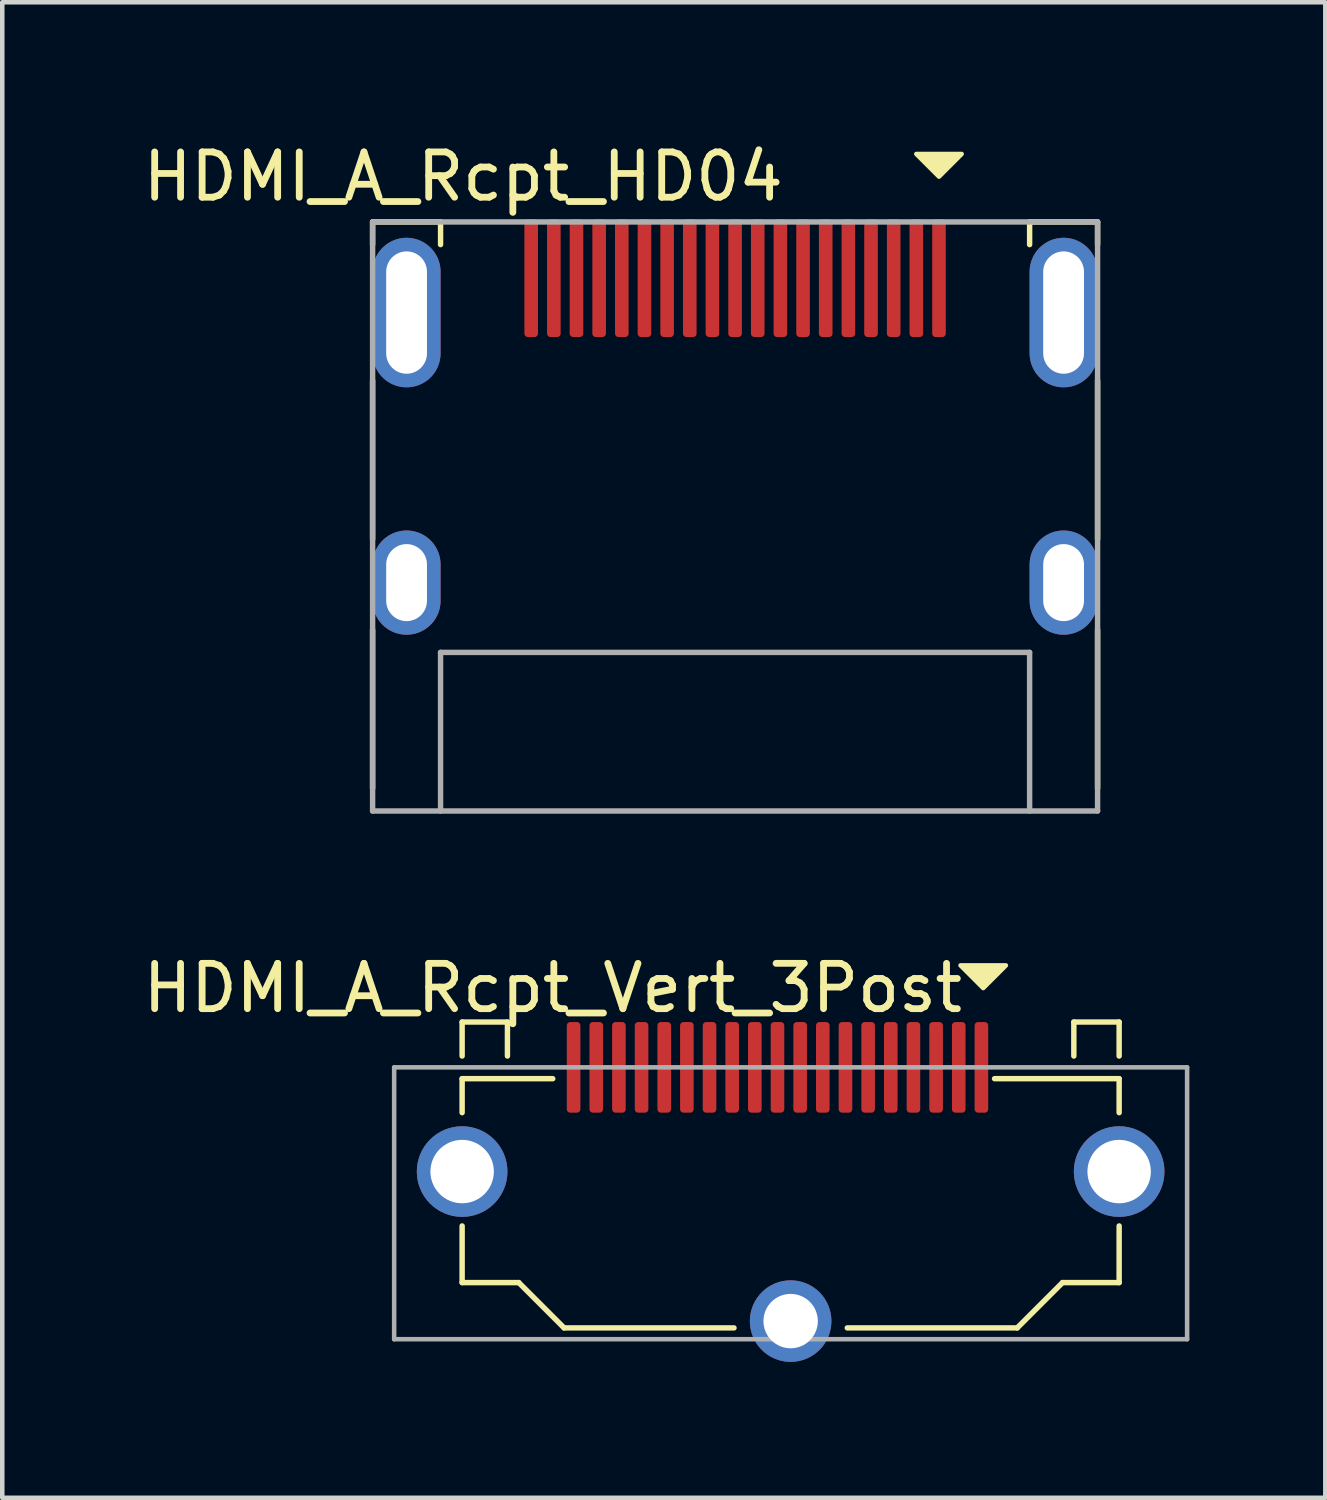
<source format=kicad_pcb>
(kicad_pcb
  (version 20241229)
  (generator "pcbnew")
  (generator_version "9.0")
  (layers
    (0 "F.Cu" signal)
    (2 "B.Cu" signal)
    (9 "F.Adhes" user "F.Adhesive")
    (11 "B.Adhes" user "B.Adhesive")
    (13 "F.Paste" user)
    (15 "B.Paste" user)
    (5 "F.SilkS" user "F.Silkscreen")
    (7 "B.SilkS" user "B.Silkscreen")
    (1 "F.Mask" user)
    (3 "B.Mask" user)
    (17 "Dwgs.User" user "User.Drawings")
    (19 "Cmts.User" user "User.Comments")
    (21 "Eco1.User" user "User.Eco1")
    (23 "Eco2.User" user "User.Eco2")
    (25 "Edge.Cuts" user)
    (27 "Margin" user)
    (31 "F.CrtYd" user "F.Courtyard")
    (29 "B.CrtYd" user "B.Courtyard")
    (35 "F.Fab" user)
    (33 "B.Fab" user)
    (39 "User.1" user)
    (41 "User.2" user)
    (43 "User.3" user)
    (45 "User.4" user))
  (footprint "HDMI_A_Rcpt_Vert_3Post"
    (layer "F.Cu")
    (at 14.399 20.506)
    (property "Reference" "HDMI_A_Rcpt_Vert_3Post" (at -5.25 -1.75 0) (layer "F.SilkS") (effects (font (size 1 1) (thickness 0.15))))
    (attr through_hole)
    (fp_line (start -7.25 -1) (end -6.25 -1) (stroke (width 0.12) (type solid)) (layer "F.SilkS"))
    (fp_line (start -7.25 -0.25) (end -7.25 -1) (stroke (width 0.12) (type solid)) (layer "F.SilkS"))
    (fp_line (start -7.25 0.25) (end -5.25 0.25) (stroke (width 0.12) (type solid)) (layer "F.SilkS"))
    (fp_line (start -7.25 1) (end -7.25 0.25) (stroke (width 0.12) (type solid)) (layer "F.SilkS"))
    (fp_line (start -7.25 4.75) (end -7.25 3.5) (stroke (width 0.12) (type solid)) (layer "F.SilkS"))
    (fp_line (start -6.25 -1) (end -6.25 -0.25) (stroke (width 0.12) (type solid)) (layer "F.SilkS"))
    (fp_line (start -6 4.75) (end -7.25 4.75) (stroke (width 0.12) (type solid)) (layer "F.SilkS"))
    (fp_line (start -5 5.75) (end -6 4.75) (stroke (width 0.12) (type solid)) (layer "F.SilkS"))
    (fp_line (start -1.25 5.75) (end -5 5.75) (stroke (width 0.12) (type solid)) (layer "F.SilkS"))
    (fp_line (start 4.5 0.25) (end 7.25 0.25) (stroke (width 0.12) (type solid)) (layer "F.SilkS"))
    (fp_line (start 5 5.75) (end 1.25 5.75) (stroke (width 0.12) (type solid)) (layer "F.SilkS"))
    (fp_line (start 6 4.75) (end 5 5.75) (stroke (width 0.12) (type solid)) (layer "F.SilkS"))
    (fp_line (start 6.25 -1) (end 6.25 -0.25) (stroke (width 0.12) (type solid)) (layer "F.SilkS"))
    (fp_line (start 7.25 -1) (end 6.25 -1) (stroke (width 0.12) (type solid)) (layer "F.SilkS"))
    (fp_line (start 7.25 -0.25) (end 7.25 -1) (stroke (width 0.12) (type solid)) (layer "F.SilkS"))
    (fp_line (start 7.25 0.25) (end 7.25 1) (stroke (width 0.12) (type solid)) (layer "F.SilkS"))
    (fp_line (start 7.25 3.5) (end 7.25 4.75) (stroke (width 0.12) (type solid)) (layer "F.SilkS"))
    (fp_line (start 7.25 4.75) (end 6 4.75) (stroke (width 0.12) (type solid)) (layer "F.SilkS"))
    (fp_poly (pts (xy 4.25 -1.75) (xy 3.75 -2.25) (xy 4.75 -2.25)) (stroke (width 0.1) (type solid)) (fill yes) (layer "F.SilkS"))
    (fp_line (start -8.75 0) (end -8.75 6) (stroke (width 0.1) (type solid)) (layer "F.Fab"))
    (fp_line (start -8.75 6) (end 8.75 6) (stroke (width 0.1) (type solid)) (layer "F.Fab"))
    (fp_line (start 8.75 0) (end -8.75 0) (stroke (width 0.1) (type solid)) (layer "F.Fab"))
    (fp_line (start 8.75 6) (end 8.75 0) (stroke (width 0.1) (type solid)) (layer "F.Fab"))
    (pad "1" smd roundrect (at 4.21 0) (size 0.3 2) (layers "F.Cu" "F.Mask" "F.Paste") (roundrect_rratio 0.25))
    (pad "2" smd roundrect (at 3.71 0) (size 0.3 2) (layers "F.Cu" "F.Mask" "F.Paste") (roundrect_rratio 0.25))
    (pad "3" smd roundrect (at 3.21 0) (size 0.3 2) (layers "F.Cu" "F.Mask" "F.Paste") (roundrect_rratio 0.25))
    (pad "4" smd roundrect (at 2.71 0) (size 0.3 2) (layers "F.Cu" "F.Mask" "F.Paste") (roundrect_rratio 0.25))
    (pad "5" smd roundrect (at 2.21 0) (size 0.3 2) (layers "F.Cu" "F.Mask" "F.Paste") (roundrect_rratio 0.25))
    (pad "6" smd roundrect (at 1.71 0) (size 0.3 2) (layers "F.Cu" "F.Mask" "F.Paste") (roundrect_rratio 0.25))
    (pad "7" smd roundrect (at 1.21 0) (size 0.3 2) (layers "F.Cu" "F.Mask" "F.Paste") (roundrect_rratio 0.25))
    (pad "8" smd roundrect (at 0.71 0) (size 0.3 2) (layers "F.Cu" "F.Mask" "F.Paste") (roundrect_rratio 0.25))
    (pad "9" smd roundrect (at 0.21 0) (size 0.3 2) (layers "F.Cu" "F.Mask" "F.Paste") (roundrect_rratio 0.25))
    (pad "10" smd roundrect (at -0.29 0) (size 0.3 2) (layers "F.Cu" "F.Mask" "F.Paste") (roundrect_rratio 0.25))
    (pad "11" smd roundrect (at -0.79 0) (size 0.3 2) (layers "F.Cu" "F.Mask" "F.Paste") (roundrect_rratio 0.25))
    (pad "12" smd roundrect (at -1.29 0) (size 0.3 2) (layers "F.Cu" "F.Mask" "F.Paste") (roundrect_rratio 0.25))
    (pad "13" smd roundrect (at -1.79 0) (size 0.3 2) (layers "F.Cu" "F.Mask" "F.Paste") (roundrect_rratio 0.25))
    (pad "14" smd roundrect (at -2.29 0) (size 0.3 2) (layers "F.Cu" "F.Mask" "F.Paste") (roundrect_rratio 0.25))
    (pad "15" smd roundrect (at -2.79 0) (size 0.3 2) (layers "F.Cu" "F.Mask" "F.Paste") (roundrect_rratio 0.25))
    (pad "16" smd roundrect (at -3.29 0) (size 0.3 2) (layers "F.Cu" "F.Mask" "F.Paste") (roundrect_rratio 0.25))
    (pad "17" smd roundrect (at -3.79 0) (size 0.3 2) (layers "F.Cu" "F.Mask" "F.Paste") (roundrect_rratio 0.25))
    (pad "18" smd roundrect (at -4.29 0) (size 0.3 2) (layers "F.Cu" "F.Mask" "F.Paste") (roundrect_rratio 0.25))
    (pad "19" smd roundrect (at -4.79 0) (size 0.3 2) (layers "F.Cu" "F.Mask" "F.Paste") (roundrect_rratio 0.25))
    (pad "SH" thru_hole circle (at -7.25 2.3) (size 2 2) (drill 1.4) (layers "*.Cu" "*.Mask"))
    (pad "SH" thru_hole circle (at 0 5.6) (size 1.8 1.8) (drill 1.2) (layers "*.Cu" "*.Mask"))
    (pad "SH" thru_hole circle (at 7.25 2.3) (size 2 2) (drill 1.4) (layers "*.Cu" "*.Mask")))
  (footprint "HDMI_A_Rcpt_HD04"
    (layer "F.Cu")
    (at 13.173 3.848)
    (property "Reference" "HDMI_A_Rcpt_HD04" (at -6 -3 0) (layer "F.SilkS") (effects (font (size 1 1) (thickness 0.15))))
    (attr through_hole)
    (fp_line (start -8 -2) (end -6.5 -2) (stroke (width 0.12) (type solid)) (layer "F.SilkS"))
    (fp_line (start -8 -1.5) (end -8 -2) (stroke (width 0.12) (type solid)) (layer "F.SilkS"))
    (fp_line (start -8 5) (end -8 1.5) (stroke (width 0.12) (type solid)) (layer "F.SilkS"))
    (fp_line (start -8 10.5) (end -8 7) (stroke (width 0.12) (type solid)) (layer "F.SilkS"))
    (fp_line (start -6.5 -2) (end -6.5 -1.5) (stroke (width 0.12) (type solid)) (layer "F.SilkS"))
    (fp_line (start 6.5 -2) (end 8 -2) (stroke (width 0.12) (type solid)) (layer "F.SilkS"))
    (fp_line (start 6.5 -1.5) (end 6.5 -2) (stroke (width 0.12) (type solid)) (layer "F.SilkS"))
    (fp_line (start 8 -2) (end 8 -1.5) (stroke (width 0.12) (type solid)) (layer "F.SilkS"))
    (fp_line (start 8 1.5) (end 8 5) (stroke (width 0.12) (type solid)) (layer "F.SilkS"))
    (fp_line (start 8 7) (end 8 10.5) (stroke (width 0.12) (type solid)) (layer "F.SilkS"))
    (fp_poly (pts (xy 4.5 -3) (xy 4 -3.5) (xy 5 -3.5)) (stroke (width 0.1) (type solid)) (fill yes) (layer "F.SilkS"))
    (fp_line (start -8 -2) (end -8 11) (stroke (width 0.12) (type solid)) (layer "F.Fab"))
    (fp_line (start -8 11) (end 8 11) (stroke (width 0.12) (type solid)) (layer "F.Fab"))
    (fp_line (start -6.5 7.5) (end 6.5 7.5) (stroke (width 0.12) (type solid)) (layer "F.Fab"))
    (fp_line (start -6.5 11) (end -6.5 7.5) (stroke (width 0.12) (type solid)) (layer "F.Fab"))
    (fp_line (start 6.5 7.5) (end 6.5 11) (stroke (width 0.12) (type solid)) (layer "F.Fab"))
    (fp_line (start 8 -2) (end -8 -2) (stroke (width 0.12) (type solid)) (layer "F.Fab"))
    (fp_line (start 8 11) (end 8 -2) (stroke (width 0.12) (type solid)) (layer "F.Fab"))
    (pad "1" smd roundrect (at 4.5 -0.76) (size 0.3 2.6) (layers "F.Cu" "F.Mask" "F.Paste") (roundrect_rratio 0.25))
    (pad "2" smd roundrect (at 4 -0.76) (size 0.3 2.6) (layers "F.Cu" "F.Mask" "F.Paste") (roundrect_rratio 0.25))
    (pad "3" smd roundrect (at 3.5 -0.76) (size 0.3 2.6) (layers "F.Cu" "F.Mask" "F.Paste") (roundrect_rratio 0.25))
    (pad "4" smd roundrect (at 3 -0.76) (size 0.3 2.6) (layers "F.Cu" "F.Mask" "F.Paste") (roundrect_rratio 0.25))
    (pad "5" smd roundrect (at 2.5 -0.76) (size 0.3 2.6) (layers "F.Cu" "F.Mask" "F.Paste") (roundrect_rratio 0.25))
    (pad "6" smd roundrect (at 2 -0.76) (size 0.3 2.6) (layers "F.Cu" "F.Mask" "F.Paste") (roundrect_rratio 0.25))
    (pad "7" smd roundrect (at 1.5 -0.76) (size 0.3 2.6) (layers "F.Cu" "F.Mask" "F.Paste") (roundrect_rratio 0.25))
    (pad "8" smd roundrect (at 1 -0.76) (size 0.3 2.6) (layers "F.Cu" "F.Mask" "F.Paste") (roundrect_rratio 0.25))
    (pad "9" smd roundrect (at 0.5 -0.76) (size 0.3 2.6) (layers "F.Cu" "F.Mask" "F.Paste") (roundrect_rratio 0.25))
    (pad "10" smd roundrect (at 0 -0.76) (size 0.3 2.6) (layers "F.Cu" "F.Mask" "F.Paste") (roundrect_rratio 0.25))
    (pad "11" smd roundrect (at -0.5 -0.76) (size 0.3 2.6) (layers "F.Cu" "F.Mask" "F.Paste") (roundrect_rratio 0.25))
    (pad "12" smd roundrect (at -1 -0.76) (size 0.3 2.6) (layers "F.Cu" "F.Mask" "F.Paste") (roundrect_rratio 0.25))
    (pad "13" smd roundrect (at -1.5 -0.76) (size 0.3 2.6) (layers "F.Cu" "F.Mask" "F.Paste") (roundrect_rratio 0.25))
    (pad "14" smd roundrect (at -2 -0.76) (size 0.3 2.6) (layers "F.Cu" "F.Mask" "F.Paste") (roundrect_rratio 0.25))
    (pad "15" smd roundrect (at -2.5 -0.76) (size 0.3 2.6) (layers "F.Cu" "F.Mask" "F.Paste") (roundrect_rratio 0.25))
    (pad "16" smd roundrect (at -3 -0.76) (size 0.3 2.6) (layers "F.Cu" "F.Mask" "F.Paste") (roundrect_rratio 0.25))
    (pad "17" smd roundrect (at -3.5 -0.76) (size 0.3 2.6) (layers "F.Cu" "F.Mask" "F.Paste") (roundrect_rratio 0.25))
    (pad "18" smd roundrect (at -4 -0.76) (size 0.3 2.6) (layers "F.Cu" "F.Mask" "F.Paste") (roundrect_rratio 0.25))
    (pad "19" smd roundrect (at -4.5 -0.76) (size 0.3 2.6) (layers "F.Cu" "F.Mask" "F.Paste") (roundrect_rratio 0.25))
    (pad "SH" thru_hole oval (at -7.25 0) (size 1.5 3.3) (drill oval 0.9 2.7) (layers "*.Cu" "*.Mask"))
    (pad "SH" thru_hole oval (at -7.25 5.96) (size 1.5 2.3) (drill oval 0.9 1.7) (layers "*.Cu" "*.Mask"))
    (pad "SH" thru_hole oval (at 7.25 0) (size 1.5 3.3) (drill oval 0.9 2.7) (layers "*.Cu" "*.Mask"))
    (pad "SH" thru_hole oval (at 7.25 5.96) (size 1.5 2.3) (drill oval 0.9 1.7) (layers "*.Cu" "*.Mask")))
  (gr_rect
    (start -3 -3)
    (end 26.199 30.006)
    (stroke (width 0.1) (type default))
    (fill no)
    (layer "Edge.Cuts")))
</source>
